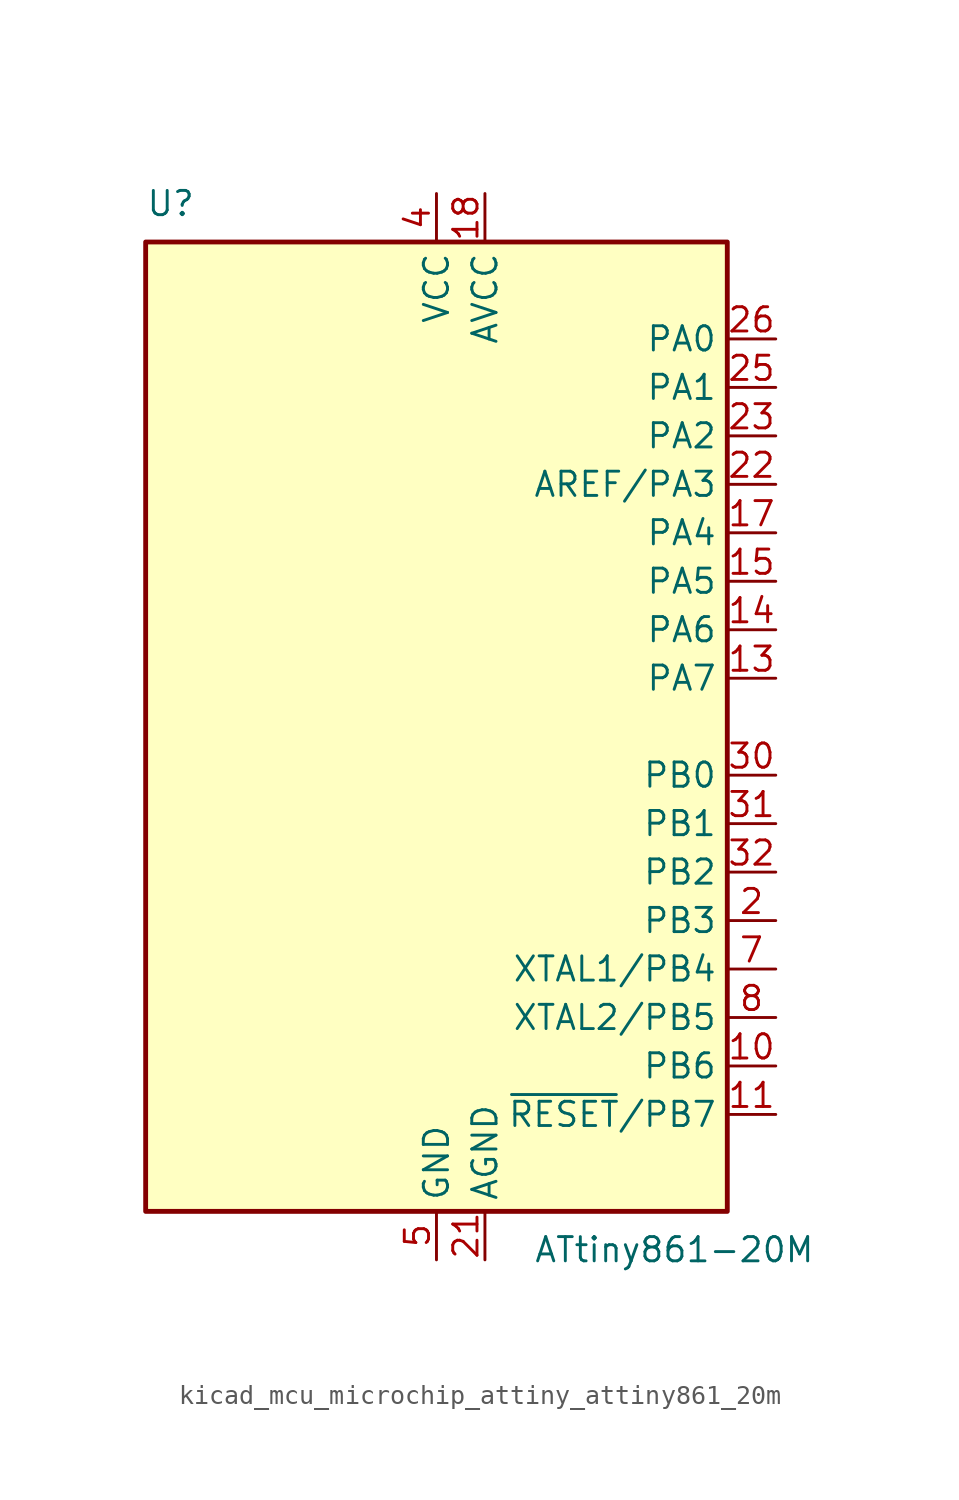
<source format=kicad_sym>
(kicad_symbol_lib
  (version 20220914)
  (generator kicad_symbol_editor)
  (symbol "kicad_mcu_microchip_attiny_attiny861_20m"
    (property "Reference" "U"
      (at -15.24 26.67 0)
      (effects (font (size 1.27 1.27)) (justify left bottom)))
    (property "Value" "ATtiny861-20M"
      (at 5.08 -26.67 0)
      (effects (font (size 1.27 1.27)) (justify left top)))
    (symbol "kicad_mcu_microchip_attiny_attiny861_20m_0_1"
      (rectangle (start -15.24 -25.4) (end 15.24 25.4) (stroke (width 0.254) (type default)) (fill (type background))))
    (symbol "kicad_mcu_microchip_attiny_attiny861_20m_1_1"
      (pin no_connect line (at -15.24 5.08 0) (length 2.54) hide (name "NC" (effects (font (size 1.27 1.27)))) (number "1" (effects (font (size 1.27 1.27)))))
      (pin bidirectional line (at 17.78 -17.78 180) (length 2.54) (name "PB6" (effects (font (size 1.27 1.27)))) (number "10" (effects (font (size 1.27 1.27)))))
      (pin bidirectional line (at 17.78 -20.32 180) (length 2.54) (name "~{RESET}/PB7" (effects (font (size 1.27 1.27)))) (number "11" (effects (font (size 1.27 1.27)))))
      (pin no_connect line (at -15.24 -5.08 0) (length 2.54) hide (name "NC" (effects (font (size 1.27 1.27)))) (number "12" (effects (font (size 1.27 1.27)))))
      (pin bidirectional line (at 17.78 2.54 180) (length 2.54) (name "PA7" (effects (font (size 1.27 1.27)))) (number "13" (effects (font (size 1.27 1.27)))))
      (pin bidirectional line (at 17.78 5.08 180) (length 2.54) (name "PA6" (effects (font (size 1.27 1.27)))) (number "14" (effects (font (size 1.27 1.27)))))
      (pin bidirectional line (at 17.78 7.62 180) (length 2.54) (name "PA5" (effects (font (size 1.27 1.27)))) (number "15" (effects (font (size 1.27 1.27)))))
      (pin no_connect line (at -15.24 -7.62 0) (length 2.54) hide (name "NC" (effects (font (size 1.27 1.27)))) (number "16" (effects (font (size 1.27 1.27)))))
      (pin bidirectional line (at 17.78 10.16 180) (length 2.54) (name "PA4" (effects (font (size 1.27 1.27)))) (number "17" (effects (font (size 1.27 1.27)))))
      (pin power_in line (at 2.54 27.94 270) (length 2.54) (name "AVCC" (effects (font (size 1.27 1.27)))) (number "18" (effects (font (size 1.27 1.27)))))
      (pin no_connect line (at -15.24 -10.16 0) (length 2.54) hide (name "NC" (effects (font (size 1.27 1.27)))) (number "19" (effects (font (size 1.27 1.27)))))
      (pin bidirectional line (at 17.78 -10.16 180) (length 2.54) (name "PB3" (effects (font (size 1.27 1.27)))) (number "2" (effects (font (size 1.27 1.27)))))
      (pin no_connect line (at -15.24 -12.7 0) (length 2.54) hide (name "NC" (effects (font (size 1.27 1.27)))) (number "20" (effects (font (size 1.27 1.27)))))
      (pin power_in line (at 2.54 -27.94 90) (length 2.54) (name "AGND" (effects (font (size 1.27 1.27)))) (number "21" (effects (font (size 1.27 1.27)))))
      (pin bidirectional line (at 17.78 12.7 180) (length 2.54) (name "AREF/PA3" (effects (font (size 1.27 1.27)))) (number "22" (effects (font (size 1.27 1.27)))))
      (pin bidirectional line (at 17.78 15.24 180) (length 2.54) (name "PA2" (effects (font (size 1.27 1.27)))) (number "23" (effects (font (size 1.27 1.27)))))
      (pin no_connect line (at -15.24 -15.24 0) (length 2.54) hide (name "NC" (effects (font (size 1.27 1.27)))) (number "24" (effects (font (size 1.27 1.27)))))
      (pin bidirectional line (at 17.78 17.78 180) (length 2.54) (name "PA1" (effects (font (size 1.27 1.27)))) (number "25" (effects (font (size 1.27 1.27)))))
      (pin bidirectional line (at 17.78 20.32 180) (length 2.54) (name "PA0" (effects (font (size 1.27 1.27)))) (number "26" (effects (font (size 1.27 1.27)))))
      (pin no_connect line (at -15.24 -17.78 0) (length 2.54) hide (name "NC" (effects (font (size 1.27 1.27)))) (number "27" (effects (font (size 1.27 1.27)))))
      (pin no_connect line (at -15.24 -20.32 0) (length 2.54) hide (name "NC" (effects (font (size 1.27 1.27)))) (number "28" (effects (font (size 1.27 1.27)))))
      (pin no_connect line (at -15.24 -22.86 0) (length 2.54) hide (name "NC" (effects (font (size 1.27 1.27)))) (number "29" (effects (font (size 1.27 1.27)))))
      (pin no_connect line (at -15.24 2.54 0) (length 2.54) hide (name "NC" (effects (font (size 1.27 1.27)))) (number "3" (effects (font (size 1.27 1.27)))))
      (pin bidirectional line (at 17.78 -2.54 180) (length 2.54) (name "PB0" (effects (font (size 1.27 1.27)))) (number "30" (effects (font (size 1.27 1.27)))))
      (pin bidirectional line (at 17.78 -5.08 180) (length 2.54) (name "PB1" (effects (font (size 1.27 1.27)))) (number "31" (effects (font (size 1.27 1.27)))))
      (pin bidirectional line (at 17.78 -7.62 180) (length 2.54) (name "PB2" (effects (font (size 1.27 1.27)))) (number "32" (effects (font (size 1.27 1.27)))))
      (pin passive line (at 0 -27.94 90) (length 2.54) hide (name "GND" (effects (font (size 1.27 1.27)))) (number "33" (effects (font (size 1.27 1.27)))))
      (pin power_in line (at 0 27.94 270) (length 2.54) (name "VCC" (effects (font (size 1.27 1.27)))) (number "4" (effects (font (size 1.27 1.27)))))
      (pin power_in line (at 0 -27.94 90) (length 2.54) (name "GND" (effects (font (size 1.27 1.27)))) (number "5" (effects (font (size 1.27 1.27)))))
      (pin no_connect line (at -15.24 0 0) (length 2.54) hide (name "NC" (effects (font (size 1.27 1.27)))) (number "6" (effects (font (size 1.27 1.27)))))
      (pin bidirectional line (at 17.78 -12.7 180) (length 2.54) (name "XTAL1/PB4" (effects (font (size 1.27 1.27)))) (number "7" (effects (font (size 1.27 1.27)))))
      (pin bidirectional line (at 17.78 -15.24 180) (length 2.54) (name "XTAL2/PB5" (effects (font (size 1.27 1.27)))) (number "8" (effects (font (size 1.27 1.27)))))
      (pin no_connect line (at -15.24 -2.54 0) (length 2.54) hide (name "NC" (effects (font (size 1.27 1.27)))) (number "9" (effects (font (size 1.27 1.27))))))))
</source>
